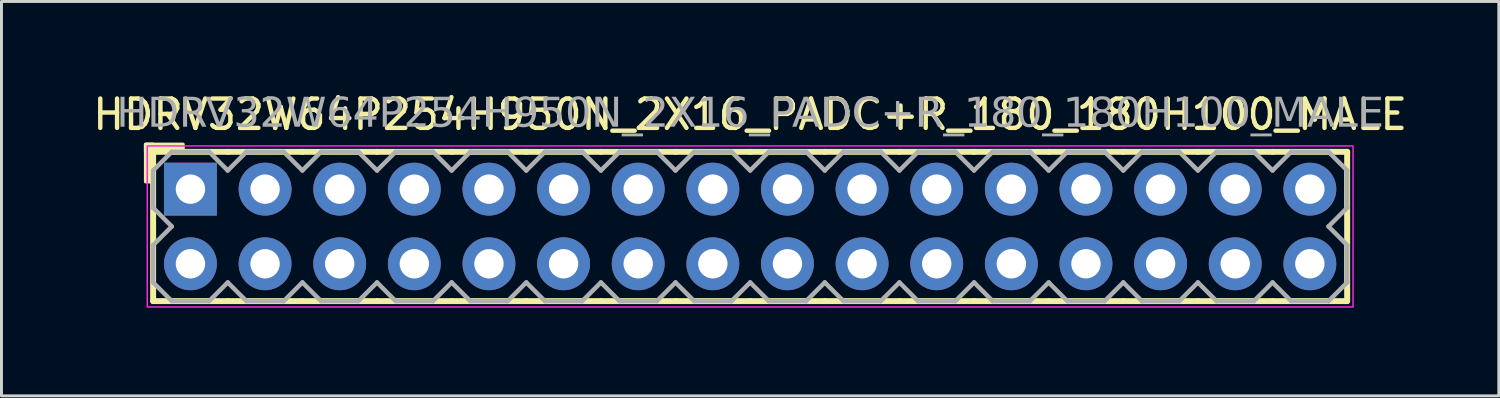
<source format=kicad_pcb>
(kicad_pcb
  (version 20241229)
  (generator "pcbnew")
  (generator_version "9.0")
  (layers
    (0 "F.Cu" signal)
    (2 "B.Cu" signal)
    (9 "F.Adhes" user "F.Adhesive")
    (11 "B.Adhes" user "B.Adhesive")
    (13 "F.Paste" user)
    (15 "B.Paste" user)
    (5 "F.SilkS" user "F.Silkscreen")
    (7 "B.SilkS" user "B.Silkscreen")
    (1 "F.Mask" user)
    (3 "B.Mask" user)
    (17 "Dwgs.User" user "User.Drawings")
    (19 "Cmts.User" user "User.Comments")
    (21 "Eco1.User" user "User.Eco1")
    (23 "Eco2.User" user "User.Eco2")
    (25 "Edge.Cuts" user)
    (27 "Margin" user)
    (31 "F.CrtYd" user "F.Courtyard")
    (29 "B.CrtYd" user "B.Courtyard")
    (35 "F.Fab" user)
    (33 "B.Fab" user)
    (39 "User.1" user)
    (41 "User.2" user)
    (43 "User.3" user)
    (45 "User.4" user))
  (footprint "HDRV32W64P254H950N_2X16_PADC+R_180_180H100_MALE"
    (layer "F.Cu")
    (at 22.482 4.658)
    (property "Reference" "HDRV32W64P254H950N_2X16_PADC+R_180_180H100_MALE" (at 0 -3.81 0) (layer "F.SilkS") (effects (font (size 1 1) (thickness 0.15))))
    (attr through_hole)
    (fp_line (start -20.32 2.54) (end -20.32 -2.54) (stroke (width 0.203) (type solid)) (layer "F.SilkS"))
    (fp_line (start -17.78 -2.54) (end -20.32 -2.54) (stroke (width 0.203) (type solid)) (layer "F.SilkS"))
    (fp_line (start -17.78 2.54) (end -20.32 2.54) (stroke (width 0.203) (type solid)) (layer "F.SilkS"))
    (fp_line (start -15.24 -2.54) (end -17.78 -2.54) (stroke (width 0.203) (type solid)) (layer "F.SilkS"))
    (fp_line (start -15.24 2.54) (end -17.78 2.54) (stroke (width 0.203) (type solid)) (layer "F.SilkS"))
    (fp_line (start -12.7 -2.54) (end -15.24 -2.54) (stroke (width 0.203) (type solid)) (layer "F.SilkS"))
    (fp_line (start -12.7 2.54) (end -15.24 2.54) (stroke (width 0.203) (type solid)) (layer "F.SilkS"))
    (fp_line (start -10.16 -2.54) (end -12.7 -2.54) (stroke (width 0.203) (type solid)) (layer "F.SilkS"))
    (fp_line (start -10.16 2.54) (end -12.7 2.54) (stroke (width 0.203) (type solid)) (layer "F.SilkS"))
    (fp_line (start -7.62 -2.54) (end -10.16 -2.54) (stroke (width 0.203) (type solid)) (layer "F.SilkS"))
    (fp_line (start -7.62 2.54) (end -10.16 2.54) (stroke (width 0.203) (type solid)) (layer "F.SilkS"))
    (fp_line (start -5.08 -2.54) (end -7.62 -2.54) (stroke (width 0.203) (type solid)) (layer "F.SilkS"))
    (fp_line (start -5.08 2.54) (end -7.62 2.54) (stroke (width 0.203) (type solid)) (layer "F.SilkS"))
    (fp_line (start -2.54 -2.54) (end -5.08 -2.54) (stroke (width 0.203) (type solid)) (layer "F.SilkS"))
    (fp_line (start -2.54 2.54) (end -5.08 2.54) (stroke (width 0.203) (type solid)) (layer "F.SilkS"))
    (fp_line (start 0 -2.54) (end -2.54 -2.54) (stroke (width 0.203) (type solid)) (layer "F.SilkS"))
    (fp_line (start 0 2.54) (end -2.54 2.54) (stroke (width 0.203) (type solid)) (layer "F.SilkS"))
    (fp_line (start 2.54 -2.54) (end 0 -2.54) (stroke (width 0.203) (type solid)) (layer "F.SilkS"))
    (fp_line (start 2.54 2.54) (end 0 2.54) (stroke (width 0.203) (type solid)) (layer "F.SilkS"))
    (fp_line (start 5.08 -2.54) (end 2.54 -2.54) (stroke (width 0.203) (type solid)) (layer "F.SilkS"))
    (fp_line (start 5.08 2.54) (end 2.54 2.54) (stroke (width 0.203) (type solid)) (layer "F.SilkS"))
    (fp_line (start 7.62 -2.54) (end 5.08 -2.54) (stroke (width 0.203) (type solid)) (layer "F.SilkS"))
    (fp_line (start 7.62 2.54) (end 5.08 2.54) (stroke (width 0.203) (type solid)) (layer "F.SilkS"))
    (fp_line (start 10.16 -2.54) (end 7.62 -2.54) (stroke (width 0.203) (type solid)) (layer "F.SilkS"))
    (fp_line (start 10.16 2.54) (end 7.62 2.54) (stroke (width 0.203) (type solid)) (layer "F.SilkS"))
    (fp_line (start 12.7 -2.54) (end 10.16 -2.54) (stroke (width 0.203) (type solid)) (layer "F.SilkS"))
    (fp_line (start 12.7 2.54) (end 10.16 2.54) (stroke (width 0.203) (type solid)) (layer "F.SilkS"))
    (fp_line (start 15.24 -2.54) (end 12.7 -2.54) (stroke (width 0.203) (type solid)) (layer "F.SilkS"))
    (fp_line (start 15.24 2.54) (end 12.7 2.54) (stroke (width 0.203) (type solid)) (layer "F.SilkS"))
    (fp_line (start 17.78 -2.54) (end 15.24 -2.54) (stroke (width 0.203) (type solid)) (layer "F.SilkS"))
    (fp_line (start 17.78 2.54) (end 15.24 2.54) (stroke (width 0.203) (type solid)) (layer "F.SilkS"))
    (fp_line (start 20.32 -2.54) (end 17.78 -2.54) (stroke (width 0.203) (type solid)) (layer "F.SilkS"))
    (fp_line (start 20.32 2.54) (end 17.78 2.54) (stroke (width 0.203) (type solid)) (layer "F.SilkS"))
    (fp_line (start 20.32 2.54) (end 20.32 -2.54) (stroke (width 0.203) (type solid)) (layer "F.SilkS"))
    (fp_rect (start -20.574 -1.524) (end -20.32 -2.794) (stroke (width 0.12) (type solid)) (fill yes) (layer "F.SilkS"))
    (fp_rect (start -19.304 -2.54) (end -20.574 -2.794) (stroke (width 0.12) (type solid)) (fill yes) (layer "F.SilkS"))
    (fp_rect (start -20.52 -2.74) (end 20.52 2.74) (stroke (width 0.05) (type default)) (fill no) (layer "F.CrtYd"))
    (fp_line (start -20.32 -1.905) (end -20.32 -0.635) (stroke (width 0.152) (type solid)) (layer "F.Fab"))
    (fp_line (start -20.32 -1.905) (end -19.685 -2.54) (stroke (width 0.152) (type solid)) (layer "F.Fab"))
    (fp_line (start -20.32 0.635) (end -20.32 1.905) (stroke (width 0.152) (type solid)) (layer "F.Fab"))
    (fp_line (start -19.685 -2.54) (end -18.415 -2.54) (stroke (width 0.152) (type solid)) (layer "F.Fab"))
    (fp_line (start -19.685 0) (end -20.32 -0.635) (stroke (width 0.152) (type solid)) (layer "F.Fab"))
    (fp_line (start -19.685 0) (end -20.32 0.635) (stroke (width 0.152) (type solid)) (layer "F.Fab"))
    (fp_line (start -19.685 2.54) (end -20.32 1.905) (stroke (width 0.152) (type solid)) (layer "F.Fab"))
    (fp_line (start -18.415 -2.54) (end -17.78 -1.905) (stroke (width 0.152) (type solid)) (layer "F.Fab"))
    (fp_line (start -18.415 2.54) (end -19.685 2.54) (stroke (width 0.152) (type solid)) (layer "F.Fab"))
    (fp_line (start -17.78 -1.905) (end -17.145 -2.54) (stroke (width 0.152) (type solid)) (layer "F.Fab"))
    (fp_line (start -17.78 1.905) (end -18.415 2.54) (stroke (width 0.152) (type solid)) (layer "F.Fab"))
    (fp_line (start -17.145 -2.54) (end -15.875 -2.54) (stroke (width 0.152) (type solid)) (layer "F.Fab"))
    (fp_line (start -17.145 2.54) (end -17.78 1.905) (stroke (width 0.152) (type solid)) (layer "F.Fab"))
    (fp_line (start -15.875 -2.54) (end -15.24 -1.905) (stroke (width 0.152) (type solid)) (layer "F.Fab"))
    (fp_line (start -15.875 2.54) (end -17.145 2.54) (stroke (width 0.152) (type solid)) (layer "F.Fab"))
    (fp_line (start -15.24 -1.905) (end -14.605 -2.54) (stroke (width 0.152) (type solid)) (layer "F.Fab"))
    (fp_line (start -15.24 1.905) (end -15.875 2.54) (stroke (width 0.152) (type solid)) (layer "F.Fab"))
    (fp_line (start -14.605 -2.54) (end -13.335 -2.54) (stroke (width 0.152) (type solid)) (layer "F.Fab"))
    (fp_line (start -14.605 2.54) (end -15.24 1.905) (stroke (width 0.152) (type solid)) (layer "F.Fab"))
    (fp_line (start -13.335 -2.54) (end -12.7 -1.905) (stroke (width 0.152) (type solid)) (layer "F.Fab"))
    (fp_line (start -13.335 2.54) (end -14.605 2.54) (stroke (width 0.152) (type solid)) (layer "F.Fab"))
    (fp_line (start -12.7 -1.905) (end -12.065 -2.54) (stroke (width 0.152) (type solid)) (layer "F.Fab"))
    (fp_line (start -12.7 1.905) (end -13.335 2.54) (stroke (width 0.152) (type solid)) (layer "F.Fab"))
    (fp_line (start -12.065 -2.54) (end -10.795 -2.54) (stroke (width 0.152) (type solid)) (layer "F.Fab"))
    (fp_line (start -12.065 2.54) (end -12.7 1.905) (stroke (width 0.152) (type solid)) (layer "F.Fab"))
    (fp_line (start -10.795 -2.54) (end -10.16 -1.905) (stroke (width 0.152) (type solid)) (layer "F.Fab"))
    (fp_line (start -10.795 2.54) (end -12.065 2.54) (stroke (width 0.152) (type solid)) (layer "F.Fab"))
    (fp_line (start -10.16 -1.905) (end -9.525 -2.54) (stroke (width 0.152) (type solid)) (layer "F.Fab"))
    (fp_line (start -10.16 1.905) (end -10.795 2.54) (stroke (width 0.152) (type solid)) (layer "F.Fab"))
    (fp_line (start -9.525 -2.54) (end -8.255 -2.54) (stroke (width 0.152) (type solid)) (layer "F.Fab"))
    (fp_line (start -9.525 2.54) (end -10.16 1.905) (stroke (width 0.152) (type solid)) (layer "F.Fab"))
    (fp_line (start -8.255 -2.54) (end -7.62 -1.905) (stroke (width 0.152) (type solid)) (layer "F.Fab"))
    (fp_line (start -8.255 2.54) (end -9.525 2.54) (stroke (width 0.152) (type solid)) (layer "F.Fab"))
    (fp_line (start -7.62 -1.905) (end -6.985 -2.54) (stroke (width 0.152) (type solid)) (layer "F.Fab"))
    (fp_line (start -7.62 1.905) (end -8.255 2.54) (stroke (width 0.152) (type solid)) (layer "F.Fab"))
    (fp_line (start -6.985 -2.54) (end -5.715 -2.54) (stroke (width 0.152) (type solid)) (layer "F.Fab"))
    (fp_line (start -6.985 2.54) (end -7.62 1.905) (stroke (width 0.152) (type solid)) (layer "F.Fab"))
    (fp_line (start -5.715 -2.54) (end -5.08 -1.905) (stroke (width 0.152) (type solid)) (layer "F.Fab"))
    (fp_line (start -5.715 2.54) (end -6.985 2.54) (stroke (width 0.152) (type solid)) (layer "F.Fab"))
    (fp_line (start -5.08 -1.905) (end -4.445 -2.54) (stroke (width 0.152) (type solid)) (layer "F.Fab"))
    (fp_line (start -5.08 1.905) (end -5.715 2.54) (stroke (width 0.152) (type solid)) (layer "F.Fab"))
    (fp_line (start -4.445 -2.54) (end -3.175 -2.54) (stroke (width 0.152) (type solid)) (layer "F.Fab"))
    (fp_line (start -4.445 2.54) (end -5.08 1.905) (stroke (width 0.152) (type solid)) (layer "F.Fab"))
    (fp_line (start -3.175 -2.54) (end -2.54 -1.905) (stroke (width 0.152) (type solid)) (layer "F.Fab"))
    (fp_line (start -3.175 2.54) (end -4.445 2.54) (stroke (width 0.152) (type solid)) (layer "F.Fab"))
    (fp_line (start -2.54 -1.905) (end -1.905 -2.54) (stroke (width 0.152) (type solid)) (layer "F.Fab"))
    (fp_line (start -2.54 1.905) (end -3.175 2.54) (stroke (width 0.152) (type solid)) (layer "F.Fab"))
    (fp_line (start -1.905 -2.54) (end -0.635 -2.54) (stroke (width 0.152) (type solid)) (layer "F.Fab"))
    (fp_line (start -1.905 2.54) (end -2.54 1.905) (stroke (width 0.152) (type solid)) (layer "F.Fab"))
    (fp_line (start -0.635 -2.54) (end 0 -1.905) (stroke (width 0.152) (type solid)) (layer "F.Fab"))
    (fp_line (start -0.635 2.54) (end -1.905 2.54) (stroke (width 0.152) (type solid)) (layer "F.Fab"))
    (fp_line (start 0 -1.905) (end 0.635 -2.54) (stroke (width 0.152) (type solid)) (layer "F.Fab"))
    (fp_line (start 0 1.905) (end -0.635 2.54) (stroke (width 0.152) (type solid)) (layer "F.Fab"))
    (fp_line (start 0.635 -2.54) (end 1.905 -2.54) (stroke (width 0.152) (type solid)) (layer "F.Fab"))
    (fp_line (start 0.635 2.54) (end 0 1.905) (stroke (width 0.152) (type solid)) (layer "F.Fab"))
    (fp_line (start 1.905 -2.54) (end 2.54 -1.905) (stroke (width 0.152) (type solid)) (layer "F.Fab"))
    (fp_line (start 1.905 2.54) (end 0.635 2.54) (stroke (width 0.152) (type solid)) (layer "F.Fab"))
    (fp_line (start 2.54 -1.905) (end 3.175 -2.54) (stroke (width 0.152) (type solid)) (layer "F.Fab"))
    (fp_line (start 2.54 1.905) (end 1.905 2.54) (stroke (width 0.152) (type solid)) (layer "F.Fab"))
    (fp_line (start 3.175 -2.54) (end 4.445 -2.54) (stroke (width 0.152) (type solid)) (layer "F.Fab"))
    (fp_line (start 3.175 2.54) (end 2.54 1.905) (stroke (width 0.152) (type solid)) (layer "F.Fab"))
    (fp_line (start 4.445 -2.54) (end 5.08 -1.905) (stroke (width 0.152) (type solid)) (layer "F.Fab"))
    (fp_line (start 4.445 2.54) (end 3.175 2.54) (stroke (width 0.152) (type solid)) (layer "F.Fab"))
    (fp_line (start 5.08 -1.905) (end 5.715 -2.54) (stroke (width 0.152) (type solid)) (layer "F.Fab"))
    (fp_line (start 5.08 1.905) (end 4.445 2.54) (stroke (width 0.152) (type solid)) (layer "F.Fab"))
    (fp_line (start 5.715 -2.54) (end 6.985 -2.54) (stroke (width 0.152) (type solid)) (layer "F.Fab"))
    (fp_line (start 5.715 2.54) (end 5.08 1.905) (stroke (width 0.152) (type solid)) (layer "F.Fab"))
    (fp_line (start 6.985 -2.54) (end 7.62 -1.905) (stroke (width 0.152) (type solid)) (layer "F.Fab"))
    (fp_line (start 6.985 2.54) (end 5.715 2.54) (stroke (width 0.152) (type solid)) (layer "F.Fab"))
    (fp_line (start 7.62 -1.905) (end 8.255 -2.54) (stroke (width 0.152) (type solid)) (layer "F.Fab"))
    (fp_line (start 7.62 1.905) (end 6.985 2.54) (stroke (width 0.152) (type solid)) (layer "F.Fab"))
    (fp_line (start 8.255 -2.54) (end 9.525 -2.54) (stroke (width 0.152) (type solid)) (layer "F.Fab"))
    (fp_line (start 8.255 2.54) (end 7.62 1.905) (stroke (width 0.152) (type solid)) (layer "F.Fab"))
    (fp_line (start 9.525 -2.54) (end 10.16 -1.905) (stroke (width 0.152) (type solid)) (layer "F.Fab"))
    (fp_line (start 9.525 2.54) (end 8.255 2.54) (stroke (width 0.152) (type solid)) (layer "F.Fab"))
    (fp_line (start 10.16 -1.905) (end 10.795 -2.54) (stroke (width 0.152) (type solid)) (layer "F.Fab"))
    (fp_line (start 10.16 1.905) (end 9.525 2.54) (stroke (width 0.152) (type solid)) (layer "F.Fab"))
    (fp_line (start 10.795 -2.54) (end 12.065 -2.54) (stroke (width 0.152) (type solid)) (layer "F.Fab"))
    (fp_line (start 10.795 2.54) (end 10.16 1.905) (stroke (width 0.152) (type solid)) (layer "F.Fab"))
    (fp_line (start 12.065 -2.54) (end 12.7 -1.905) (stroke (width 0.152) (type solid)) (layer "F.Fab"))
    (fp_line (start 12.065 2.54) (end 10.795 2.54) (stroke (width 0.152) (type solid)) (layer "F.Fab"))
    (fp_line (start 12.7 -1.905) (end 13.335 -2.54) (stroke (width 0.152) (type solid)) (layer "F.Fab"))
    (fp_line (start 12.7 1.905) (end 12.065 2.54) (stroke (width 0.152) (type solid)) (layer "F.Fab"))
    (fp_line (start 13.335 -2.54) (end 14.605 -2.54) (stroke (width 0.152) (type solid)) (layer "F.Fab"))
    (fp_line (start 13.335 2.54) (end 12.7 1.905) (stroke (width 0.152) (type solid)) (layer "F.Fab"))
    (fp_line (start 14.605 -2.54) (end 15.24 -1.905) (stroke (width 0.152) (type solid)) (layer "F.Fab"))
    (fp_line (start 14.605 2.54) (end 13.335 2.54) (stroke (width 0.152) (type solid)) (layer "F.Fab"))
    (fp_line (start 15.24 -1.905) (end 15.875 -2.54) (stroke (width 0.152) (type solid)) (layer "F.Fab"))
    (fp_line (start 15.24 1.905) (end 14.605 2.54) (stroke (width 0.152) (type solid)) (layer "F.Fab"))
    (fp_line (start 15.875 -2.54) (end 17.145 -2.54) (stroke (width 0.152) (type solid)) (layer "F.Fab"))
    (fp_line (start 15.875 2.54) (end 15.24 1.905) (stroke (width 0.152) (type solid)) (layer "F.Fab"))
    (fp_line (start 17.145 -2.54) (end 17.78 -1.905) (stroke (width 0.152) (type solid)) (layer "F.Fab"))
    (fp_line (start 17.145 2.54) (end 15.875 2.54) (stroke (width 0.152) (type solid)) (layer "F.Fab"))
    (fp_line (start 17.78 -1.905) (end 18.415 -2.54) (stroke (width 0.152) (type solid)) (layer "F.Fab"))
    (fp_line (start 17.78 1.905) (end 17.145 2.54) (stroke (width 0.152) (type solid)) (layer "F.Fab"))
    (fp_line (start 18.415 -2.54) (end 19.685 -2.54) (stroke (width 0.152) (type solid)) (layer "F.Fab"))
    (fp_line (start 18.415 2.54) (end 17.78 1.905) (stroke (width 0.152) (type solid)) (layer "F.Fab"))
    (fp_line (start 19.685 -2.54) (end 20.32 -1.905) (stroke (width 0.152) (type solid)) (layer "F.Fab"))
    (fp_line (start 19.685 0) (end 20.32 0.635) (stroke (width 0.152) (type solid)) (layer "F.Fab"))
    (fp_line (start 19.685 2.54) (end 18.415 2.54) (stroke (width 0.152) (type solid)) (layer "F.Fab"))
    (fp_line (start 20.32 -1.905) (end 20.32 -0.635) (stroke (width 0.152) (type solid)) (layer "F.Fab"))
    (fp_line (start 20.32 -0.635) (end 19.685 0) (stroke (width 0.152) (type solid)) (layer "F.Fab"))
    (fp_line (start 20.32 0.635) (end 20.32 1.905) (stroke (width 0.152) (type solid)) (layer "F.Fab"))
    (fp_line (start 20.32 1.905) (end 19.685 2.54) (stroke (width 0.152) (type solid)) (layer "F.Fab"))
    (fp_rect (start -18.796 -1.524) (end -19.304 -1.016) (stroke (width 0.152) (type solid)) (fill no) (layer "F.Fab"))
    (fp_rect (start -18.796 1.016) (end -19.304 1.524) (stroke (width 0.152) (type solid)) (fill no) (layer "F.Fab"))
    (fp_rect (start -16.256 -1.524) (end -16.764 -1.016) (stroke (width 0.152) (type solid)) (fill no) (layer "F.Fab"))
    (fp_rect (start -16.256 1.016) (end -16.764 1.524) (stroke (width 0.152) (type solid)) (fill no) (layer "F.Fab"))
    (fp_rect (start -13.716 -1.524) (end -14.224 -1.016) (stroke (width 0.152) (type solid)) (fill no) (layer "F.Fab"))
    (fp_rect (start -13.716 1.016) (end -14.224 1.524) (stroke (width 0.152) (type solid)) (fill no) (layer "F.Fab"))
    (fp_rect (start -11.176 -1.524) (end -11.684 -1.016) (stroke (width 0.152) (type solid)) (fill no) (layer "F.Fab"))
    (fp_rect (start -11.176 1.016) (end -11.684 1.524) (stroke (width 0.152) (type solid)) (fill no) (layer "F.Fab"))
    (fp_rect (start -8.636 -1.524) (end -9.144 -1.016) (stroke (width 0.152) (type solid)) (fill no) (layer "F.Fab"))
    (fp_rect (start -8.636 1.016) (end -9.144 1.524) (stroke (width 0.152) (type solid)) (fill no) (layer "F.Fab"))
    (fp_rect (start -6.096 -1.524) (end -6.604 -1.016) (stroke (width 0.152) (type solid)) (fill no) (layer "F.Fab"))
    (fp_rect (start -6.096 1.016) (end -6.604 1.524) (stroke (width 0.152) (type solid)) (fill no) (layer "F.Fab"))
    (fp_rect (start -3.556 -1.524) (end -4.064 -1.016) (stroke (width 0.152) (type solid)) (fill no) (layer "F.Fab"))
    (fp_rect (start -3.556 1.016) (end -4.064 1.524) (stroke (width 0.152) (type solid)) (fill no) (layer "F.Fab"))
    (fp_rect (start -1.016 -1.524) (end -1.524 -1.016) (stroke (width 0.152) (type solid)) (fill no) (layer "F.Fab"))
    (fp_rect (start -1.016 1.016) (end -1.524 1.524) (stroke (width 0.152) (type solid)) (fill no) (layer "F.Fab"))
    (fp_rect (start 1.524 -1.524) (end 1.016 -1.016) (stroke (width 0.152) (type solid)) (fill no) (layer "F.Fab"))
    (fp_rect (start 1.524 1.016) (end 1.016 1.524) (stroke (width 0.152) (type solid)) (fill no) (layer "F.Fab"))
    (fp_rect (start 4.064 -1.524) (end 3.556 -1.016) (stroke (width 0.152) (type solid)) (fill no) (layer "F.Fab"))
    (fp_rect (start 4.064 1.016) (end 3.556 1.524) (stroke (width 0.152) (type solid)) (fill no) (layer "F.Fab"))
    (fp_rect (start 6.604 -1.524) (end 6.096 -1.016) (stroke (width 0.152) (type solid)) (fill no) (layer "F.Fab"))
    (fp_rect (start 6.604 1.016) (end 6.096 1.524) (stroke (width 0.152) (type solid)) (fill no) (layer "F.Fab"))
    (fp_rect (start 9.144 -1.524) (end 8.636 -1.016) (stroke (width 0.152) (type solid)) (fill no) (layer "F.Fab"))
    (fp_rect (start 9.144 1.016) (end 8.636 1.524) (stroke (width 0.152) (type solid)) (fill no) (layer "F.Fab"))
    (fp_rect (start 11.684 -1.524) (end 11.176 -1.016) (stroke (width 0.152) (type solid)) (fill no) (layer "F.Fab"))
    (fp_rect (start 11.684 1.016) (end 11.176 1.524) (stroke (width 0.152) (type solid)) (fill no) (layer "F.Fab"))
    (fp_rect (start 14.224 -1.524) (end 13.716 -1.016) (stroke (width 0.152) (type solid)) (fill no) (layer "F.Fab"))
    (fp_rect (start 14.224 1.016) (end 13.716 1.524) (stroke (width 0.152) (type solid)) (fill no) (layer "F.Fab"))
    (fp_rect (start 16.764 -1.524) (end 16.256 -1.016) (stroke (width 0.152) (type solid)) (fill no) (layer "F.Fab"))
    (fp_rect (start 16.764 1.016) (end 16.256 1.524) (stroke (width 0.152) (type solid)) (fill no) (layer "F.Fab"))
    (fp_rect (start 19.304 -1.524) (end 18.796 -1.016) (stroke (width 0.152) (type solid)) (fill no) (layer "F.Fab"))
    (fp_rect (start 19.304 1.016) (end 18.796 1.524) (stroke (width 0.152) (type solid)) (fill no) (layer "F.Fab"))
    (fp_text user "${REFERENCE}" (at 0 -3.81 0) (layer "F.Fab") (effects (font (face "Tahoma") (size 1 1) (thickness 0.15))))
    (pad "1" thru_hole rect (at -19.05 -1.27) (size 1.8 1.8) (drill 1) (layers "*.Cu" "*.Mask"))
    (pad "2" thru_hole circle (at -19.05 1.27) (size 1.8 1.8) (drill 1) (layers "*.Cu" "*.Mask"))
    (pad "3" thru_hole circle (at -16.51 -1.27) (size 1.8 1.8) (drill 1) (layers "*.Cu" "*.Mask"))
    (pad "4" thru_hole circle (at -16.51 1.27) (size 1.8 1.8) (drill 1) (layers "*.Cu" "*.Mask"))
    (pad "5" thru_hole circle (at -13.97 -1.27) (size 1.8 1.8) (drill 1) (layers "*.Cu" "*.Mask"))
    (pad "6" thru_hole circle (at -13.97 1.27) (size 1.8 1.8) (drill 1) (layers "*.Cu" "*.Mask"))
    (pad "7" thru_hole circle (at -11.43 -1.27) (size 1.8 1.8) (drill 1) (layers "*.Cu" "*.Mask"))
    (pad "8" thru_hole circle (at -11.43 1.27) (size 1.8 1.8) (drill 1) (layers "*.Cu" "*.Mask"))
    (pad "9" thru_hole circle (at -8.89 -1.27) (size 1.8 1.8) (drill 1) (layers "*.Cu" "*.Mask"))
    (pad "10" thru_hole circle (at -8.89 1.27) (size 1.8 1.8) (drill 1) (layers "*.Cu" "*.Mask"))
    (pad "11" thru_hole circle (at -6.35 -1.27) (size 1.8 1.8) (drill 1) (layers "*.Cu" "*.Mask"))
    (pad "12" thru_hole circle (at -6.35 1.27) (size 1.8 1.8) (drill 1) (layers "*.Cu" "*.Mask"))
    (pad "13" thru_hole circle (at -3.81 -1.27) (size 1.8 1.8) (drill 1) (layers "*.Cu" "*.Mask"))
    (pad "14" thru_hole circle (at -3.81 1.27) (size 1.8 1.8) (drill 1) (layers "*.Cu" "*.Mask"))
    (pad "15" thru_hole circle (at -1.27 -1.27) (size 1.8 1.8) (drill 1) (layers "*.Cu" "*.Mask"))
    (pad "16" thru_hole circle (at -1.27 1.27) (size 1.8 1.8) (drill 1) (layers "*.Cu" "*.Mask"))
    (pad "17" thru_hole circle (at 1.27 -1.27) (size 1.8 1.8) (drill 1) (layers "*.Cu" "*.Mask"))
    (pad "18" thru_hole circle (at 1.27 1.27) (size 1.8 1.8) (drill 1) (layers "*.Cu" "*.Mask"))
    (pad "19" thru_hole circle (at 3.81 -1.27) (size 1.8 1.8) (drill 1) (layers "*.Cu" "*.Mask"))
    (pad "20" thru_hole circle (at 3.81 1.27) (size 1.8 1.8) (drill 1) (layers "*.Cu" "*.Mask"))
    (pad "21" thru_hole circle (at 6.35 -1.27) (size 1.8 1.8) (drill 1) (layers "*.Cu" "*.Mask"))
    (pad "22" thru_hole circle (at 6.35 1.27) (size 1.8 1.8) (drill 1) (layers "*.Cu" "*.Mask"))
    (pad "23" thru_hole circle (at 8.89 -1.27) (size 1.8 1.8) (drill 1) (layers "*.Cu" "*.Mask"))
    (pad "24" thru_hole circle (at 8.89 1.27) (size 1.8 1.8) (drill 1) (layers "*.Cu" "*.Mask"))
    (pad "25" thru_hole circle (at 11.43 -1.27) (size 1.8 1.8) (drill 1) (layers "*.Cu" "*.Mask"))
    (pad "26" thru_hole circle (at 11.43 1.27) (size 1.8 1.8) (drill 1) (layers "*.Cu" "*.Mask"))
    (pad "27" thru_hole circle (at 13.97 -1.27) (size 1.8 1.8) (drill 1) (layers "*.Cu" "*.Mask"))
    (pad "28" thru_hole circle (at 13.97 1.27) (size 1.8 1.8) (drill 1) (layers "*.Cu" "*.Mask"))
    (pad "29" thru_hole circle (at 16.51 -1.27) (size 1.8 1.8) (drill 1) (layers "*.Cu" "*.Mask"))
    (pad "30" thru_hole circle (at 16.51 1.27) (size 1.8 1.8) (drill 1) (layers "*.Cu" "*.Mask"))
    (pad "31" thru_hole circle (at 19.05 -1.27) (size 1.8 1.8) (drill 1) (layers "*.Cu" "*.Mask"))
    (pad "32" thru_hole circle (at 19.05 1.27) (size 1.8 1.8) (drill 1) (layers "*.Cu" "*.Mask")))
  (gr_rect
    (start -3 -3)
    (end 47.964 10.423)
    (stroke (width 0.1) (type default))
    (fill no)
    (layer "Edge.Cuts")))
</source>
